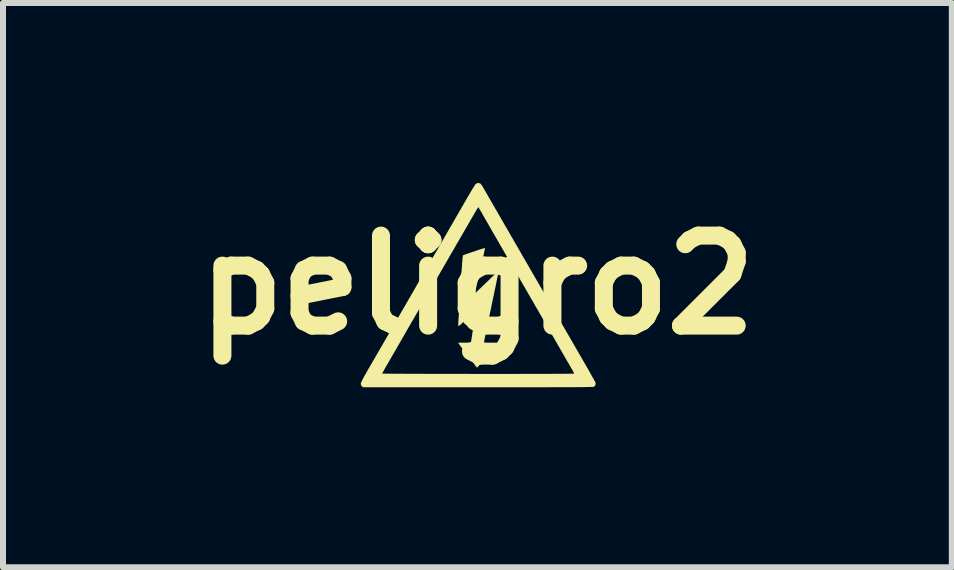
<source format=kicad_pcb>
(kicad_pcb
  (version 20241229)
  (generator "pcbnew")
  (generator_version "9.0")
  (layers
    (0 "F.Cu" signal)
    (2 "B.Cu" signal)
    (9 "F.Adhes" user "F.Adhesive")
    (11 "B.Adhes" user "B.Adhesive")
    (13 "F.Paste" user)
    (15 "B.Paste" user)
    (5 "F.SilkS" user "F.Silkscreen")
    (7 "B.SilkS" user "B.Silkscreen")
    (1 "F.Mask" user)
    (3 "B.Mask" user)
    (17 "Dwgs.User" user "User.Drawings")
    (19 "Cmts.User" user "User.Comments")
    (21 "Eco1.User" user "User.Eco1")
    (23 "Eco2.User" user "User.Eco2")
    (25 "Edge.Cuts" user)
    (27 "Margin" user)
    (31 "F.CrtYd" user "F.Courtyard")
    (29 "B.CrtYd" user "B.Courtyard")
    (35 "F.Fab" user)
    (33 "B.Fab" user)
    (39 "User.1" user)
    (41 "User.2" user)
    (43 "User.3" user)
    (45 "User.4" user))
  (footprint "peligro2"
    (layer "F.Cu")
    (at 4.907 1.699)
    (property "Reference" "peligro2" (at 0 0 0) (layer "F.SilkS") (effects (font (size 1.5 1.5) (thickness 0.3))))
    (attr board_only exclude_from_pos_files exclude_from_bom)
    (fp_poly (pts (xy 0.125 -0.615) (xy 0.125 -0.607) (xy 0.121 -0.586) (xy 0.115 -0.556) (xy 0.107 -0.518) (xy 0.097 -0.473) (xy 0.094 -0.46) (xy 0.083 -0.408) (xy 0.068 -0.347) (xy 0.053 -0.279) (xy 0.037 -0.21) (xy 0.022 -0.144) (xy 0.015 -0.112) (xy 0.003 -0.058) (xy -0.009 -0.008) (xy -0.019 0.037) (xy -0.027 0.074) (xy -0.034 0.101) (xy -0.037 0.115) (xy -0.044 0.144) (xy -0.013 0.115) (xy 0.003 0.1) (xy 0.026 0.078) (xy 0.056 0.049) (xy 0.089 0.017) (xy 0.125 -0.017) (xy 0.127 -0.019) (xy 0.183 -0.073) (xy 0.229 -0.118) (xy 0.266 -0.154) (xy 0.295 -0.181) (xy 0.318 -0.202) (xy 0.334 -0.217) (xy 0.345 -0.226) (xy 0.351 -0.23) (xy 0.355 -0.23) (xy 0.355 -0.228) (xy 0.354 -0.224) (xy 0.352 -0.211) (xy 0.347 -0.187) (xy 0.339 -0.152) (xy 0.33 -0.109) (xy 0.32 -0.061) (xy 0.312 -0.022) (xy 0.3 0.037) (xy 0.287 0.099) (xy 0.274 0.161) (xy 0.262 0.217) (xy 0.252 0.265) (xy 0.249 0.279) (xy 0.227 0.388) (xy 0.205 0.489) (xy 0.186 0.582) (xy 0.168 0.667) (xy 0.152 0.743) (xy 0.139 0.808) (xy 0.128 0.863) (xy 0.119 0.905) (xy 0.113 0.935) (xy 0.11 0.951) (xy 0.11 0.953) (xy 0.111 0.957) (xy 0.119 0.96) (xy 0.136 0.961) (xy 0.162 0.962) (xy 0.201 0.962) (xy 0.218 0.962) (xy 0.256 0.962) (xy 0.289 0.962) (xy 0.313 0.963) (xy 0.326 0.964) (xy 0.328 0.965) (xy 0.323 0.972) (xy 0.311 0.989) (xy 0.293 1.012) (xy 0.271 1.04) (xy 0.266 1.046) (xy 0.241 1.076) (xy 0.219 1.104) (xy 0.201 1.126) (xy 0.19 1.14) (xy 0.19 1.141) (xy 0.17 1.166) (xy 0.147 1.196) (xy 0.12 1.229) (xy 0.093 1.263) (xy 0.066 1.296) (xy 0.041 1.326) (xy 0.02 1.351) (xy 0.004 1.369) (xy -0.005 1.377) (xy -0.006 1.378) (xy -0.012 1.372) (xy -0.025 1.357) (xy -0.041 1.336) (xy -0.042 1.335) (xy -0.059 1.311) (xy -0.083 1.28) (xy -0.108 1.246) (xy -0.127 1.222) (xy -0.177 1.156) (xy -0.219 1.102) (xy -0.253 1.058) (xy -0.279 1.023) (xy -0.298 0.997) (xy -0.311 0.979) (xy -0.318 0.969) (xy -0.32 0.965) (xy -0.313 0.963) (xy -0.294 0.962) (xy -0.265 0.962) (xy -0.23 0.962) (xy -0.216 0.962) (xy -0.178 0.963) (xy -0.146 0.962) (xy -0.123 0.962) (xy -0.11 0.961) (xy -0.109 0.961) (xy -0.107 0.953) (xy -0.104 0.932) (xy -0.099 0.901) (xy -0.092 0.861) (xy -0.086 0.815) (xy -0.078 0.765) (xy -0.071 0.712) (xy -0.063 0.659) (xy -0.056 0.607) (xy -0.05 0.56) (xy -0.044 0.518) (xy -0.04 0.484) (xy -0.037 0.46) (xy -0.037 0.448) (xy -0.037 0.447) (xy -0.044 0.452) (xy -0.062 0.467) (xy -0.09 0.491) (xy -0.128 0.524) (xy -0.175 0.566) (xy -0.232 0.616) (xy -0.268 0.649) (xy -0.29 0.668) (xy -0.307 0.68) (xy -0.318 0.685) (xy -0.319 0.685) (xy -0.32 0.675) (xy -0.319 0.653) (xy -0.318 0.622) (xy -0.316 0.584) (xy -0.314 0.557) (xy -0.311 0.521) (xy -0.308 0.473) (xy -0.305 0.416) (xy -0.3 0.351) (xy -0.296 0.282) (xy -0.291 0.21) (xy -0.287 0.139) (xy -0.287 0.138) (xy -0.28 0.023) (xy -0.273 -0.077) (xy -0.268 -0.164) (xy -0.263 -0.239) (xy -0.258 -0.303) (xy -0.255 -0.355) (xy -0.251 -0.398) (xy -0.249 -0.432) (xy -0.246 -0.457) (xy -0.244 -0.475) (xy -0.242 -0.486) (xy -0.241 -0.492) (xy -0.24 -0.493) (xy -0.232 -0.497) (xy -0.211 -0.505) (xy -0.181 -0.516) (xy -0.145 -0.528) (xy -0.103 -0.543) (xy -0.06 -0.557) (xy -0.016 -0.572) (xy 0.026 -0.586) (xy 0.063 -0.598) (xy 0.093 -0.607) (xy 0.115 -0.613) (xy 0.125 -0.615)) (stroke (width 0) (type solid)) (fill yes) (layer "F.SilkS"))
    (fp_poly (pts (xy 0.045 -1.692) (xy 0.057 -1.682) (xy 0.067 -1.669) (xy 0.082 -1.646) (xy 0.1 -1.617) (xy 0.119 -1.584) (xy 0.119 -1.583) (xy 0.137 -1.553) (xy 0.16 -1.513) (xy 0.187 -1.466) (xy 0.216 -1.415) (xy 0.246 -1.364) (xy 0.261 -1.337) (xy 0.279 -1.306) (xy 0.304 -1.262) (xy 0.335 -1.209) (xy 0.371 -1.146) (xy 0.412 -1.076) (xy 0.456 -0.999) (xy 0.504 -0.917) (xy 0.553 -0.831) (xy 0.604 -0.743) (xy 0.656 -0.653) (xy 0.689 -0.596) (xy 0.756 -0.479) (xy 0.82 -0.37) (xy 0.88 -0.265) (xy 0.938 -0.165) (xy 0.994 -0.068) (xy 1.049 0.028) (xy 1.105 0.124) (xy 1.161 0.222) (xy 1.219 0.322) (xy 1.279 0.426) (xy 1.343 0.536) (xy 1.41 0.653) (xy 1.483 0.778) (xy 1.561 0.913) (xy 1.645 1.059) (xy 1.674 1.11) (xy 1.721 1.19) (xy 1.764 1.266) (xy 1.806 1.338) (xy 1.844 1.404) (xy 1.878 1.464) (xy 1.907 1.516) (xy 1.932 1.56) (xy 1.951 1.594) (xy 1.964 1.618) (xy 1.97 1.629) (xy 1.97 1.63) (xy 1.971 1.655) (xy 1.961 1.679) (xy 1.943 1.696) (xy 1.94 1.698) (xy 1.934 1.699) (xy 1.919 1.7) (xy 1.895 1.7) (xy 1.861 1.701) (xy 1.818 1.702) (xy 1.765 1.703) (xy 1.702 1.703) (xy 1.627 1.704) (xy 1.542 1.704) (xy 1.445 1.705) (xy 1.337 1.705) (xy 1.216 1.705) (xy 1.083 1.706) (xy 0.937 1.706) (xy 0.778 1.706) (xy 0.605 1.706) (xy 0.419 1.706) (xy 0.218 1.706) (xy 0.007 1.706) (xy -1.908 1.706) (xy -1.927 1.687) (xy -1.94 1.67) (xy -1.944 1.652) (xy -1.943 1.64) (xy -1.938 1.627) (xy -1.928 1.604) (xy -1.912 1.571) (xy -1.889 1.528) (xy -1.86 1.477) (xy -1.587 1.477) (xy -1.58 1.478) (xy -1.558 1.478) (xy -1.524 1.479) (xy -1.477 1.479) (xy -1.418 1.48) (xy -1.349 1.48) (xy -1.269 1.48) (xy -1.181 1.481) (xy -1.084 1.481) (xy -0.98 1.481) (xy -0.87 1.482) (xy -0.753 1.482) (xy -0.632 1.482) (xy -0.507 1.482) (xy -0.378 1.482) (xy -0.247 1.482) (xy -0.114 1.483) (xy 0.02 1.483) (xy 0.153 1.483) (xy 0.286 1.483) (xy 0.417 1.483) (xy 0.545 1.483) (xy 0.67 1.483) (xy 0.791 1.482) (xy 0.907 1.482) (xy 1.017 1.482) (xy 1.12 1.482) (xy 1.216 1.482) (xy 1.303 1.481) (xy 1.381 1.481) (xy 1.449 1.481) (xy 1.507 1.48) (xy 1.552 1.48) (xy 1.586 1.479) (xy 1.605 1.479) (xy 1.611 1.478) (xy 1.609 1.471) (xy 1.602 1.453) (xy 1.589 1.429) (xy 1.58 1.413) (xy 1.563 1.384) (xy 1.543 1.35) (xy 1.521 1.311) (xy 1.494 1.266) (xy 1.464 1.214) (xy 1.43 1.154) (xy 1.391 1.086) (xy 1.346 1.009) (xy 1.296 0.921) (xy 1.239 0.823) (xy 1.176 0.713) (xy 1.136 0.644) (xy 1.087 0.559) (xy 1.036 0.471) (xy 0.984 0.381) (xy 0.933 0.292) (xy 0.883 0.206) (xy 0.836 0.124) (xy 0.793 0.049) (xy 0.754 -0.017) (xy 0.722 -0.073) (xy 0.717 -0.082) (xy 0.679 -0.148) (xy 0.638 -0.218) (xy 0.598 -0.288) (xy 0.558 -0.357) (xy 0.521 -0.421) (xy 0.489 -0.477) (xy 0.465 -0.518) (xy 0.432 -0.576) (xy 0.393 -0.643) (xy 0.353 -0.713) (xy 0.313 -0.782) (xy 0.277 -0.844) (xy 0.265 -0.864) (xy 0.233 -0.92) (xy 0.199 -0.979) (xy 0.165 -1.039) (xy 0.132 -1.096) (xy 0.104 -1.145) (xy 0.091 -1.168) (xy 0.069 -1.207) (xy 0.049 -1.241) (xy 0.032 -1.269) (xy 0.021 -1.288) (xy 0.015 -1.296) (xy 0.015 -1.296) (xy 0.01 -1.29) (xy -0.001 -1.272) (xy -0.018 -1.245) (xy -0.04 -1.208) (xy -0.065 -1.164) (xy -0.094 -1.114) (xy -0.126 -1.06) (xy -0.13 -1.052) (xy -0.167 -0.989) (xy -0.206 -0.921) (xy -0.245 -0.853) (xy -0.283 -0.787) (xy -0.318 -0.727) (xy -0.349 -0.675) (xy -0.364 -0.648) (xy -0.394 -0.596) (xy -0.429 -0.535) (xy -0.468 -0.469) (xy -0.506 -0.402) (xy -0.543 -0.338) (xy -0.566 -0.298) (xy -0.601 -0.238) (xy -0.639 -0.171) (xy -0.679 -0.103) (xy -0.717 -0.036) (xy -0.752 0.025) (xy -0.772 0.06) (xy -0.833 0.165) (xy -0.887 0.259) (xy -0.936 0.343) (xy -0.979 0.418) (xy -1.019 0.487) (xy -1.055 0.55) (xy -1.09 0.609) (xy -1.122 0.666) (xy -1.155 0.722) (xy -1.187 0.778) (xy -1.196 0.794) (xy -1.232 0.856) (xy -1.271 0.924) (xy -1.312 0.995) (xy -1.352 1.065) (xy -1.389 1.129) (xy -1.419 1.181) (xy -1.459 1.25) (xy -1.492 1.307) (xy -1.519 1.353) (xy -1.54 1.39) (xy -1.556 1.418) (xy -1.568 1.44) (xy -1.577 1.455) (xy -1.582 1.465) (xy -1.585 1.471) (xy -1.587 1.475) (xy -1.587 1.477) (xy -1.587 1.477) (xy -1.86 1.477) (xy -1.859 1.475) (xy -1.822 1.41) (xy -1.778 1.333) (xy -1.732 1.255) (xy -1.717 1.23) (xy -1.697 1.194) (xy -1.672 1.151) (xy -1.644 1.103) (xy -1.615 1.053) (xy -1.596 1.021) (xy -1.573 0.98) (xy -1.543 0.928) (xy -1.508 0.868) (xy -1.469 0.801) (xy -1.428 0.73) (xy -1.386 0.656) (xy -1.343 0.582) (xy -1.304 0.514) (xy -1.264 0.444) (xy -1.223 0.375) (xy -1.184 0.307) (xy -1.147 0.242) (xy -1.113 0.184) (xy -1.083 0.132) (xy -1.059 0.09) (xy -1.041 0.058) (xy -1.039 0.056) (xy -1.02 0.022) (xy -0.994 -0.023) (xy -0.964 -0.075) (xy -0.93 -0.134) (xy -0.894 -0.197) (xy -0.857 -0.261) (xy -0.82 -0.324) (xy -0.818 -0.328) (xy -0.738 -0.467) (xy -0.664 -0.594) (xy -0.596 -0.712) (xy -0.533 -0.821) (xy -0.474 -0.924) (xy -0.418 -1.021) (xy -0.364 -1.115) (xy -0.311 -1.207) (xy -0.258 -1.298) (xy -0.205 -1.39) (xy -0.174 -1.444) (xy -0.143 -1.497) (xy -0.114 -1.546) (xy -0.088 -1.59) (xy -0.065 -1.628) (xy -0.047 -1.656) (xy -0.035 -1.675) (xy -0.031 -1.681) (xy -0.008 -1.695) (xy 0.019 -1.699)) (stroke (width 0) (type solid)) (fill yes) (layer "F.SilkS")))
  (gr_rect
    (start -3 -3)
    (end 12.814 6.405)
    (stroke (width 0.1) (type default))
    (fill no)
    (layer "Edge.Cuts")))
</source>
